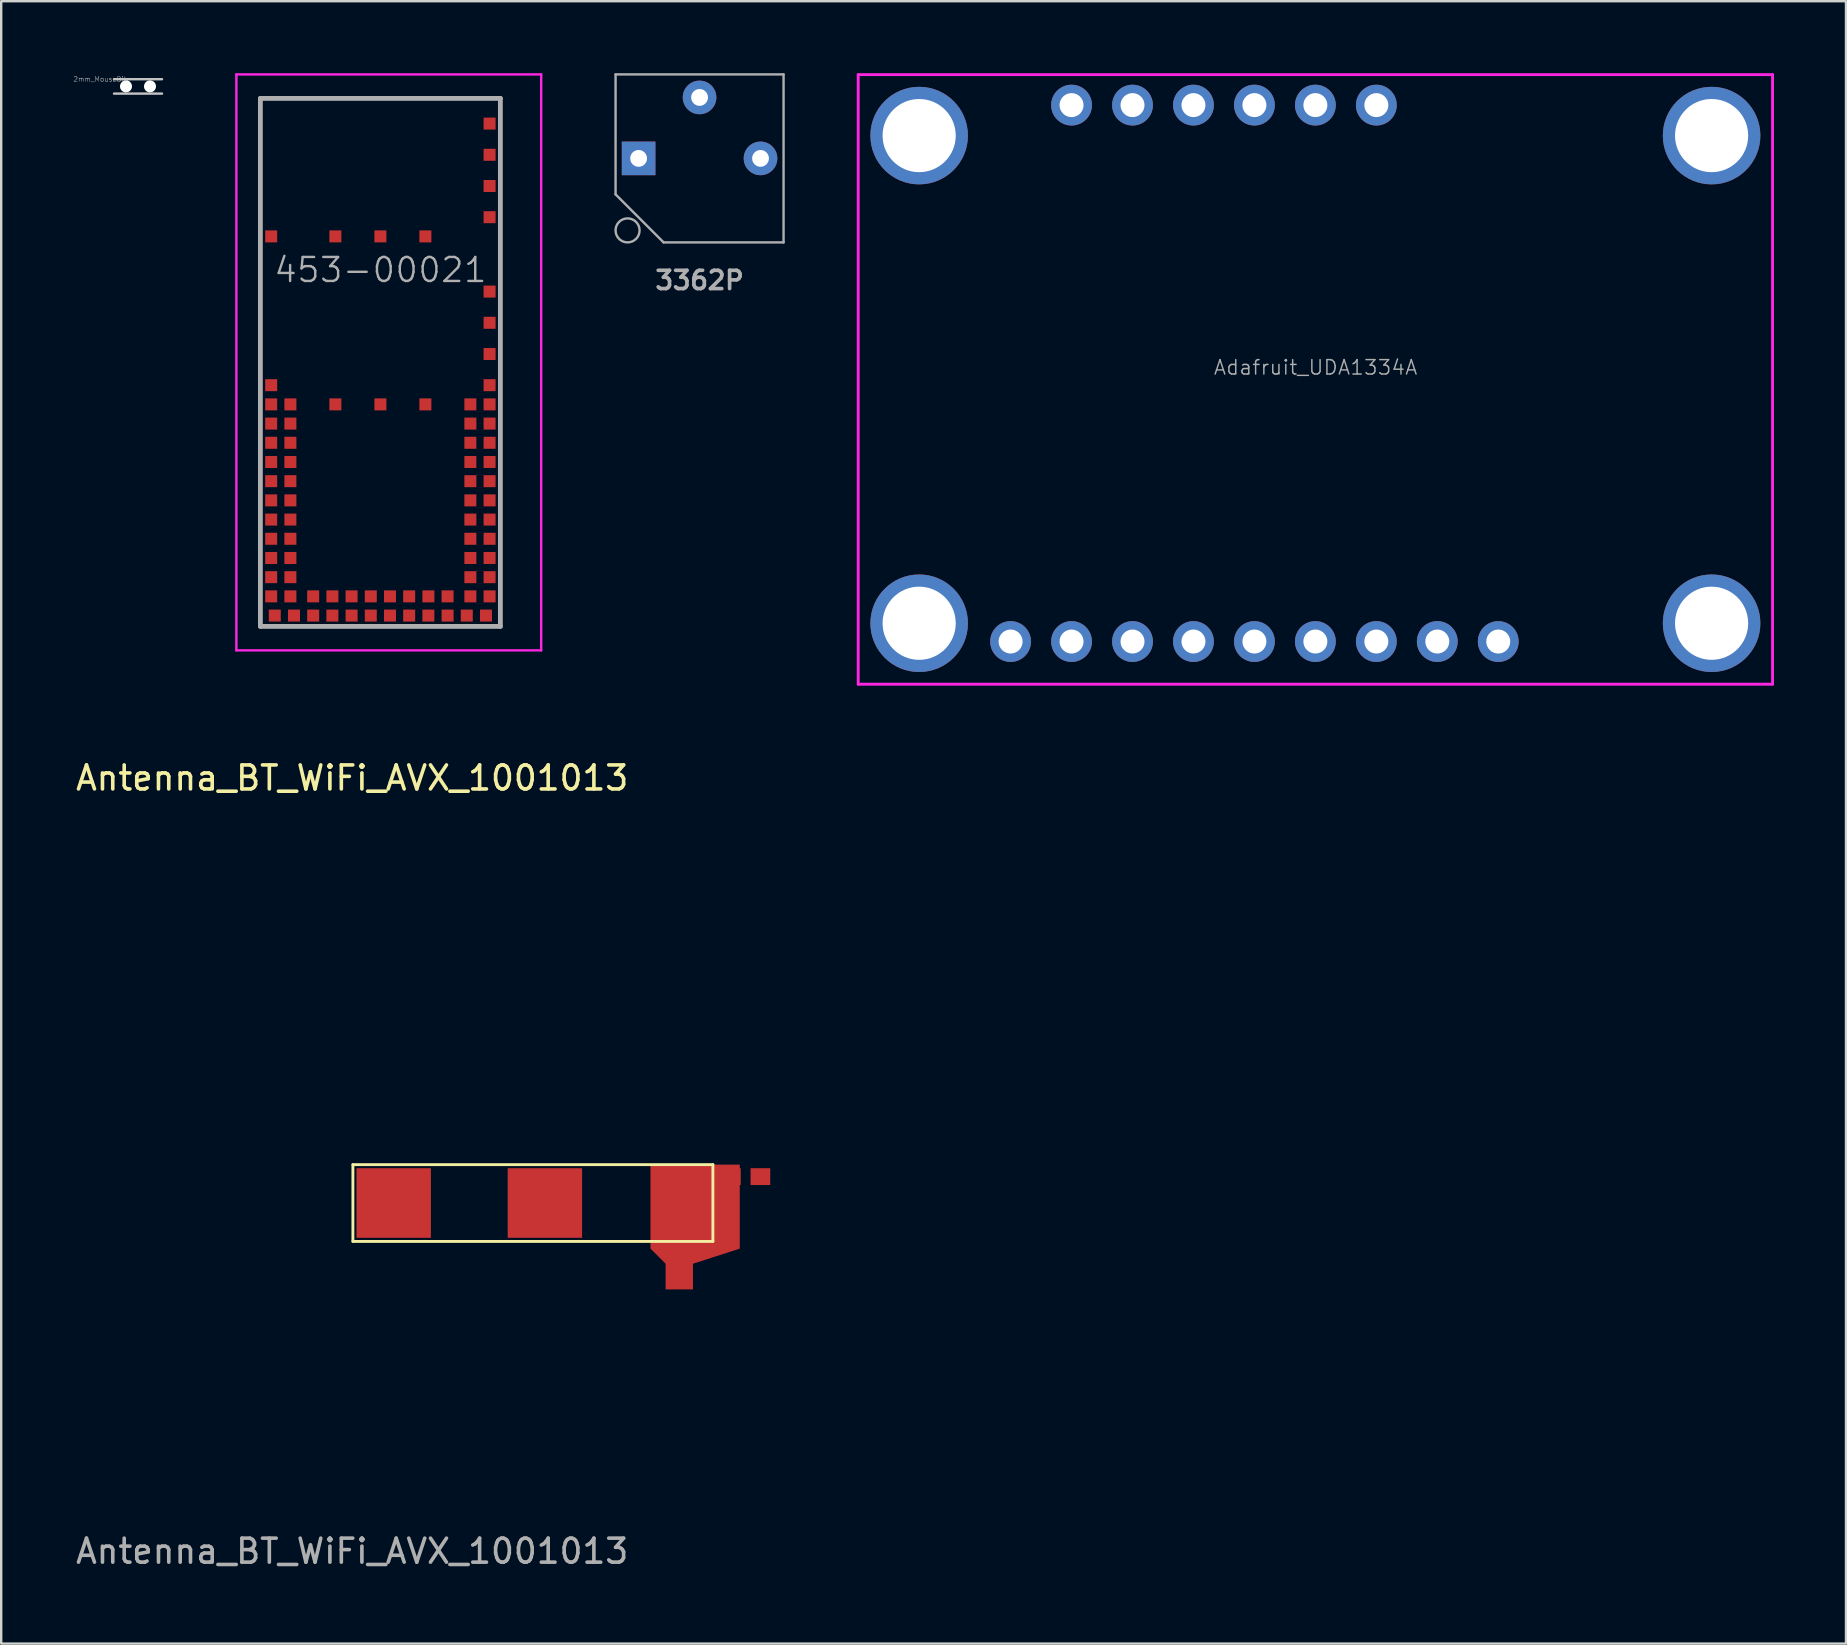
<source format=kicad_pcb>
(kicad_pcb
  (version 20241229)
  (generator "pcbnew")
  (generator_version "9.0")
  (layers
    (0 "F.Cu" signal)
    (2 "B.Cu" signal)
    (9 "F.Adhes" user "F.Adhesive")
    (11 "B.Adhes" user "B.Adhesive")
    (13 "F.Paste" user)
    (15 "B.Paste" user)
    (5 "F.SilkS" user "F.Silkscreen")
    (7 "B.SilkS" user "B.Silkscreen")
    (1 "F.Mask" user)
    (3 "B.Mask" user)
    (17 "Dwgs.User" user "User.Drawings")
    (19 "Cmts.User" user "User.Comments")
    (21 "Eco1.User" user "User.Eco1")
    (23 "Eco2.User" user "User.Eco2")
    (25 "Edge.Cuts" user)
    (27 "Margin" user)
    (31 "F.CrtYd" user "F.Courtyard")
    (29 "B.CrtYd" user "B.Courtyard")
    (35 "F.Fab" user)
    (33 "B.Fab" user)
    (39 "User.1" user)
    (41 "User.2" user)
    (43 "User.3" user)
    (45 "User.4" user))
  (footprint "Adafruit_UDA1334A"
    (layer "F.Cu")
    (at 51.76 12.76)
    (property "Reference" "Adafruit_UDA1334A" (at 0.01 -0.5 0) (unlocked yes) (layer "F.Fab") (effects (font (size 0.6 0.6) (thickness 0.06))))
    (attr through_hole)
    (fp_line (start -19.05 -12.7) (end -19.05 12.7) (stroke (width 0.12) (type solid)) (layer "F.CrtYd"))
    (fp_line (start -19.05 -12.7) (end 19.05 -12.7) (stroke (width 0.12) (type solid)) (layer "F.CrtYd"))
    (fp_line (start -19.05 12.7) (end 19.05 12.7) (stroke (width 0.12) (type solid)) (layer "F.CrtYd"))
    (fp_line (start 19.05 -12.7) (end 19.05 12.7) (stroke (width 0.12) (type solid)) (layer "F.CrtYd"))
    (pad "" thru_hole circle (at -16.51 -10.16) (size 4.064 4.064) (drill 3.048) (layers "*.Cu" "*.Mask"))
    (pad "" thru_hole circle (at -16.51 10.16) (size 4.064 4.064) (drill 3.048) (layers "*.Cu" "*.Mask"))
    (pad "" thru_hole circle (at 16.51 -10.16) (size 4.064 4.064) (drill 3.048) (layers "*.Cu" "*.Mask"))
    (pad "" thru_hole circle (at 16.51 10.16) (size 4.064 4.064) (drill 3.048) (layers "*.Cu" "*.Mask"))
    (pad "1" thru_hole oval (at -12.7 10.922) (size 1.7 1.7) (drill 1) (layers "*.Cu" "*.Mask"))
    (pad "2" thru_hole oval (at -10.16 10.922) (size 1.7 1.7) (drill 1) (layers "*.Cu" "*.Mask"))
    (pad "3" thru_hole oval (at -7.62 10.922) (size 1.7 1.7) (drill 1) (layers "*.Cu" "*.Mask"))
    (pad "4" thru_hole oval (at -5.08 10.922) (size 1.7 1.7) (drill 1) (layers "*.Cu" "*.Mask"))
    (pad "5" thru_hole oval (at -2.54 10.922) (size 1.7 1.7) (drill 1) (layers "*.Cu" "*.Mask"))
    (pad "6" thru_hole oval (at 0 10.922) (size 1.7 1.7) (drill 1) (layers "*.Cu" "*.Mask"))
    (pad "7" thru_hole oval (at 2.54 10.922) (size 1.7 1.7) (drill 1) (layers "*.Cu" "*.Mask"))
    (pad "8" thru_hole oval (at 5.08 10.922) (size 1.7 1.7) (drill 1) (layers "*.Cu" "*.Mask"))
    (pad "9" thru_hole oval (at 7.62 10.922) (size 1.7 1.7) (drill 1) (layers "*.Cu" "*.Mask"))
    (pad "10" thru_hole oval (at -10.16 -11.43) (size 1.7 1.7) (drill 1) (layers "*.Cu" "*.Mask"))
    (pad "11" thru_hole oval (at -7.62 -11.43) (size 1.7 1.7) (drill 1) (layers "*.Cu" "*.Mask"))
    (pad "12" thru_hole oval (at -5.08 -11.43) (size 1.7 1.7) (drill 1) (layers "*.Cu" "*.Mask"))
    (pad "13" thru_hole oval (at -2.54 -11.43) (size 1.7 1.7) (drill 1) (layers "*.Cu" "*.Mask"))
    (pad "14" thru_hole oval (at 0 -11.43) (size 1.7 1.7) (drill 1) (layers "*.Cu" "*.Mask"))
    (pad "15" thru_hole oval (at 2.54 -11.43) (size 1.7 1.7) (drill 1) (layers "*.Cu" "*.Mask")))
  (footprint "Antenna_BT_WiFi_AVX_1001013"
    (layer "F.Cu")
    (at 11.655 45.478)
    (property "Reference" "Antenna_BT_WiFi_AVX_1001013" (at -0.03 -16.11 0) (unlocked yes) (layer "F.SilkS") (effects (font (size 1 1) (thickness 0.15))))
    (attr smd)
    (fp_poly (pts (xy 16.12 0) (xy 16.12 3.5) (xy 14.17 4.13) (xy 14.17 5.2) (xy 13.03 5.2) (xy 13.03 4.13) (xy 12.4 3.5) (xy 12.4 0)) (stroke (width 0) (type solid)) (fill yes) (layer "F.Cu"))
    (fp_line (start 0 0) (end 0 3.2) (stroke (width 0.12) (type default)) (layer "F.SilkS"))
    (fp_line (start 0 3.2) (end 15 3.2) (stroke (width 0.12) (type default)) (layer "F.SilkS"))
    (fp_line (start 15 0) (end 0 0) (stroke (width 0.12) (type default)) (layer "F.SilkS"))
    (fp_line (start 15 3.2) (end 15 0) (stroke (width 0.12) (type default)) (layer "F.SilkS"))
    (fp_text user "${REFERENCE}" (at -0.03 16.11 0) (unlocked yes) (layer "F.Fab") (effects (font (size 1 1) (thickness 0.15))))
    (pad "1" smd rect (at 13.8 1.6) (size 2.1 2.9) (layers "F.Cu" "F.Mask" "F.Paste"))
    (pad "2" smd rect (at 8 1.6) (size 3.1 2.9) (layers "F.Cu" "F.Mask" "F.Paste"))
    (pad "3" smd rect (at 1.7 1.6) (size 3.1 2.9) (layers "F.Cu" "F.Mask" "F.Paste"))
    (pad "4" smd rect (at 15.75 0.5) (size 0.82 0.7) (layers "F.Cu" "F.Mask" "F.Paste"))
    (pad "5" smd rect (at 16.98 0.5) (size 0.82 0.7) (layers "F.Cu" "F.Mask" "F.Paste"))
    (zone (net_name "") (layer "F.Cu") (hatch edge 0.5) (connect_pads) (min_thickness 0.25) (filled_areas_thickness no) (keepout (tracks not_allowed) (vias not_allowed) (pads not_allowed) (copperpour not_allowed) (footprints allowed)) (placement (enabled no)) (fill) (polygon (pts (xy 9.325 45.478) (xy 9.325 50.678) (xy 24.055 50.678) (xy 24.055 45.478))))
    (zone (net_name "") (layer "F.Cu") (hatch edge 0.5) (connect_pads) (min_thickness 0.25) (filled_areas_thickness no) (keepout (tracks not_allowed) (vias not_allowed) (pads not_allowed) (copperpour not_allowed) (footprints allowed)) (placement (enabled no)) (fill) (polygon (pts (xy 24.055 50.678) (xy 24.685 50.678) (xy 24.685 49.608) (xy 24.055 48.978))))
    (zone (net_name "") (layer "F.Cu") (hatch edge 0.5) (connect_pads) (min_thickness 0.25) (filled_areas_thickness no) (keepout (tracks not_allowed) (vias not_allowed) (pads not_allowed) (copperpour not_allowed) (footprints allowed)) (placement (enabled no)) (fill) (polygon (pts (xy 25.825 50.678) (xy 26.275 50.678) (xy 26.275 49.938) (xy 28.225 49.278) (xy 28.225 45.478) (xy 27.775 45.478) (xy 27.775 48.978) (xy 25.825 49.608))))
    (zone (net_name "") (layer "In1.Cu") (hatch edge 0.5) (connect_pads) (min_thickness 0.25) (filled_areas_thickness no) (keepout (tracks not_allowed) (vias not_allowed) (pads not_allowed) (copperpour not_allowed) (footprints allowed)) (placement (enabled no)) (fill) (polygon (pts (xy 7.675 45.478) (xy 7.675 52.728) (xy 22.555 52.728) (xy 22.555 50.678) (xy 24.055 50.678) (xy 24.055 45.478)))))
  (footprint "453-00021"
    (layer "F.Cu")
    (at 12.8 9.1)
    (property "Reference" "453-00021" (at 0 -0.9 0) (layer "F.Fab") (effects (font (size 1 1) (thickness 0.1))))
    (attr smd)
    (fp_line (start -5 -8.05) (end 5 -8.05) (stroke (width 0.1) (type solid)) (layer "F.SilkS"))
    (fp_line (start -5 13.95) (end -5 -8.05) (stroke (width 0.1) (type solid)) (layer "F.SilkS"))
    (fp_line (start 5 -8.05) (end 5 13.95) (stroke (width 0.1) (type solid)) (layer "F.SilkS"))
    (fp_line (start 5 13.95) (end -5 13.95) (stroke (width 0.1) (type solid)) (layer "F.SilkS"))
    (fp_line (start -6 -9.05) (end 6.7 -9.05) (stroke (width 0.1) (type solid)) (layer "F.CrtYd"))
    (fp_line (start -6 14.95) (end -6 -9.05) (stroke (width 0.1) (type solid)) (layer "F.CrtYd"))
    (fp_line (start 6.7 -9.05) (end 6.7 14.95) (stroke (width 0.1) (type solid)) (layer "F.CrtYd"))
    (fp_line (start 6.7 14.95) (end -6 14.95) (stroke (width 0.1) (type solid)) (layer "F.CrtYd"))
    (fp_line (start -5 -8.05) (end 5 -8.05) (stroke (width 0.2) (type solid)) (layer "F.Fab"))
    (fp_line (start -5 13.95) (end -5 -8.05) (stroke (width 0.2) (type solid)) (layer "F.Fab"))
    (fp_line (start 5 -8.05) (end 5 13.95) (stroke (width 0.2) (type solid)) (layer "F.Fab"))
    (fp_line (start 5 13.95) (end -5 13.95) (stroke (width 0.2) (type solid)) (layer "F.Fab"))
    (pad "1" smd rect (at 4.55 4.7 90) (size 0.5 0.5) (layers "F.Cu" "F.Mask" "F.Paste"))
    (pad "2" smd rect (at 3.75 4.7 90) (size 0.5 0.5) (layers "F.Cu" "F.Mask" "F.Paste"))
    (pad "3" smd rect (at 4.55 5.5 90) (size 0.5 0.5) (layers "F.Cu" "F.Mask" "F.Paste"))
    (pad "4" smd rect (at 3.75 5.5 90) (size 0.5 0.5) (layers "F.Cu" "F.Mask" "F.Paste"))
    (pad "5" smd rect (at 4.55 6.3 90) (size 0.5 0.5) (layers "F.Cu" "F.Mask" "F.Paste"))
    (pad "6" smd rect (at 3.75 6.3 90) (size 0.5 0.5) (layers "F.Cu" "F.Mask" "F.Paste"))
    (pad "7" smd rect (at 4.55 7.1 90) (size 0.5 0.5) (layers "F.Cu" "F.Mask" "F.Paste"))
    (pad "8" smd rect (at 3.75 7.1 90) (size 0.5 0.5) (layers "F.Cu" "F.Mask" "F.Paste"))
    (pad "9" smd rect (at 4.55 7.9 90) (size 0.5 0.5) (layers "F.Cu" "F.Mask" "F.Paste"))
    (pad "10" smd rect (at 3.75 7.9 90) (size 0.5 0.5) (layers "F.Cu" "F.Mask" "F.Paste"))
    (pad "11" smd rect (at 4.55 8.7 90) (size 0.5 0.5) (layers "F.Cu" "F.Mask" "F.Paste"))
    (pad "12" smd rect (at 3.75 8.7 90) (size 0.5 0.5) (layers "F.Cu" "F.Mask" "F.Paste"))
    (pad "13" smd rect (at 4.55 9.5 90) (size 0.5 0.5) (layers "F.Cu" "F.Mask" "F.Paste"))
    (pad "14" smd rect (at 3.75 9.5 90) (size 0.5 0.5) (layers "F.Cu" "F.Mask" "F.Paste"))
    (pad "15" smd rect (at 4.55 10.3 90) (size 0.5 0.5) (layers "F.Cu" "F.Mask" "F.Paste"))
    (pad "16" smd rect (at 3.75 10.3 90) (size 0.5 0.5) (layers "F.Cu" "F.Mask" "F.Paste"))
    (pad "17" smd rect (at 4.55 11.1 90) (size 0.5 0.5) (layers "F.Cu" "F.Mask" "F.Paste"))
    (pad "18" smd rect (at 3.75 11.1 90) (size 0.5 0.5) (layers "F.Cu" "F.Mask" "F.Paste"))
    (pad "19" smd rect (at 4.55 11.9 90) (size 0.5 0.5) (layers "F.Cu" "F.Mask" "F.Paste"))
    (pad "20" smd rect (at 3.75 11.9 90) (size 0.5 0.5) (layers "F.Cu" "F.Mask" "F.Paste"))
    (pad "21" smd rect (at 4.55 12.7 90) (size 0.5 0.5) (layers "F.Cu" "F.Mask" "F.Paste"))
    (pad "22" smd rect (at 3.75 12.7 90) (size 0.5 0.5) (layers "F.Cu" "F.Mask" "F.Paste"))
    (pad "23" smd rect (at 4.4 13.5 90) (size 0.5 0.5) (layers "F.Cu" "F.Mask" "F.Paste"))
    (pad "24" smd rect (at 3.6 13.5 90) (size 0.5 0.5) (layers "F.Cu" "F.Mask" "F.Paste"))
    (pad "25" smd rect (at 2.8 13.5 90) (size 0.5 0.5) (layers "F.Cu" "F.Mask" "F.Paste"))
    (pad "26" smd rect (at 2.8 12.7 90) (size 0.5 0.5) (layers "F.Cu" "F.Mask" "F.Paste"))
    (pad "27" smd rect (at 2 13.5 90) (size 0.5 0.5) (layers "F.Cu" "F.Mask" "F.Paste"))
    (pad "28" smd rect (at 2 12.7 90) (size 0.5 0.5) (layers "F.Cu" "F.Mask" "F.Paste"))
    (pad "29" smd rect (at 1.2 13.5 90) (size 0.5 0.5) (layers "F.Cu" "F.Mask" "F.Paste"))
    (pad "30" smd rect (at 1.2 12.7 90) (size 0.5 0.5) (layers "F.Cu" "F.Mask" "F.Paste"))
    (pad "31" smd rect (at 0.4 13.5 90) (size 0.5 0.5) (layers "F.Cu" "F.Mask" "F.Paste"))
    (pad "32" smd rect (at 0.4 12.7 90) (size 0.5 0.5) (layers "F.Cu" "F.Mask" "F.Paste"))
    (pad "33" smd rect (at -0.4 13.5 90) (size 0.5 0.5) (layers "F.Cu" "F.Mask" "F.Paste"))
    (pad "34" smd rect (at -0.4 12.7 90) (size 0.5 0.5) (layers "F.Cu" "F.Mask" "F.Paste"))
    (pad "35" smd rect (at -1.2 13.5 90) (size 0.5 0.5) (layers "F.Cu" "F.Mask" "F.Paste"))
    (pad "36" smd rect (at -1.2 12.7 90) (size 0.5 0.5) (layers "F.Cu" "F.Mask" "F.Paste"))
    (pad "37" smd rect (at -2 13.5 90) (size 0.5 0.5) (layers "F.Cu" "F.Mask" "F.Paste"))
    (pad "38" smd rect (at -2 12.7 90) (size 0.5 0.5) (layers "F.Cu" "F.Mask" "F.Paste"))
    (pad "39" smd rect (at -2.8 13.5 90) (size 0.5 0.5) (layers "F.Cu" "F.Mask" "F.Paste"))
    (pad "40" smd rect (at -2.8 12.7 90) (size 0.5 0.5) (layers "F.Cu" "F.Mask" "F.Paste"))
    (pad "41" smd rect (at -3.6 13.5 90) (size 0.5 0.5) (layers "F.Cu" "F.Mask" "F.Paste"))
    (pad "42" smd rect (at -4.4 13.5 90) (size 0.5 0.5) (layers "F.Cu" "F.Mask" "F.Paste"))
    (pad "43" smd rect (at -4.55 12.7 90) (size 0.5 0.5) (layers "F.Cu" "F.Mask" "F.Paste"))
    (pad "44" smd rect (at -3.75 12.7 90) (size 0.5 0.5) (layers "F.Cu" "F.Mask" "F.Paste"))
    (pad "45" smd rect (at -4.55 11.9 90) (size 0.5 0.5) (layers "F.Cu" "F.Mask" "F.Paste"))
    (pad "46" smd rect (at -3.75 11.9 90) (size 0.5 0.5) (layers "F.Cu" "F.Mask" "F.Paste"))
    (pad "47" smd rect (at -4.55 11.1 90) (size 0.5 0.5) (layers "F.Cu" "F.Mask" "F.Paste"))
    (pad "48" smd rect (at -3.75 11.1 90) (size 0.5 0.5) (layers "F.Cu" "F.Mask" "F.Paste"))
    (pad "49" smd rect (at -4.55 10.3 90) (size 0.5 0.5) (layers "F.Cu" "F.Mask" "F.Paste"))
    (pad "50" smd rect (at -3.75 10.3 90) (size 0.5 0.5) (layers "F.Cu" "F.Mask" "F.Paste"))
    (pad "51" smd rect (at -4.55 9.5 90) (size 0.5 0.5) (layers "F.Cu" "F.Mask" "F.Paste"))
    (pad "52" smd rect (at -3.75 9.5 90) (size 0.5 0.5) (layers "F.Cu" "F.Mask" "F.Paste"))
    (pad "53" smd rect (at -4.55 8.7 90) (size 0.5 0.5) (layers "F.Cu" "F.Mask" "F.Paste"))
    (pad "54" smd rect (at -3.75 8.7 90) (size 0.5 0.5) (layers "F.Cu" "F.Mask" "F.Paste"))
    (pad "55" smd rect (at -4.55 7.9 90) (size 0.5 0.5) (layers "F.Cu" "F.Mask" "F.Paste"))
    (pad "56" smd rect (at -3.75 7.9 90) (size 0.5 0.5) (layers "F.Cu" "F.Mask" "F.Paste"))
    (pad "57" smd rect (at -4.55 7.1 90) (size 0.5 0.5) (layers "F.Cu" "F.Mask" "F.Paste"))
    (pad "58" smd rect (at -3.75 7.1 90) (size 0.5 0.5) (layers "F.Cu" "F.Mask" "F.Paste"))
    (pad "59" smd rect (at -4.55 6.3 90) (size 0.5 0.5) (layers "F.Cu" "F.Mask" "F.Paste"))
    (pad "60" smd rect (at -3.75 6.3 90) (size 0.5 0.5) (layers "F.Cu" "F.Mask" "F.Paste"))
    (pad "61" smd rect (at -4.55 5.5 90) (size 0.5 0.5) (layers "F.Cu" "F.Mask" "F.Paste"))
    (pad "62" smd rect (at -3.75 5.5 90) (size 0.5 0.5) (layers "F.Cu" "F.Mask" "F.Paste"))
    (pad "63" smd rect (at -4.55 4.7 90) (size 0.5 0.5) (layers "F.Cu" "F.Mask" "F.Paste"))
    (pad "64" smd rect (at -3.75 4.7 90) (size 0.5 0.5) (layers "F.Cu" "F.Mask" "F.Paste"))
    (pad "65" smd rect (at -4.55 3.9 90) (size 0.5 0.5) (layers "F.Cu" "F.Mask" "F.Paste"))
    (pad "66" smd rect (at 4.55 2.6 90) (size 0.5 0.5) (layers "F.Cu" "F.Mask" "F.Paste"))
    (pad "67" smd rect (at 4.55 1.3 90) (size 0.5 0.5) (layers "F.Cu" "F.Mask" "F.Paste"))
    (pad "68" smd rect (at 4.55 0 90) (size 0.5 0.5) (layers "F.Cu" "F.Mask" "F.Paste"))
    (pad "69" smd rect (at -1.875 4.7 90) (size 0.5 0.5) (layers "F.Cu" "F.Mask" "F.Paste"))
    (pad "70" smd rect (at 0 4.7 90) (size 0.5 0.5) (layers "F.Cu" "F.Mask" "F.Paste"))
    (pad "71" smd rect (at 1.875 4.7 90) (size 0.5 0.5) (layers "F.Cu" "F.Mask" "F.Paste"))
    (pad "72" smd rect (at 4.55 -3.1 90) (size 0.5 0.5) (layers "F.Cu" "F.Mask" "F.Paste"))
    (pad "73" smd rect (at 4.55 -4.4 90) (size 0.5 0.5) (layers "F.Cu" "F.Mask" "F.Paste"))
    (pad "74" smd rect (at 4.55 -5.7 90) (size 0.5 0.5) (layers "F.Cu" "F.Mask" "F.Paste"))
    (pad "75" smd rect (at 4.55 -7 90) (size 0.5 0.5) (layers "F.Cu" "F.Mask" "F.Paste"))
    (pad "76" smd rect (at -1.875 -2.3 90) (size 0.5 0.5) (layers "F.Cu" "F.Mask" "F.Paste"))
    (pad "77" smd rect (at 1.875 -2.3 90) (size 0.5 0.5) (layers "F.Cu" "F.Mask" "F.Paste"))
    (pad "78" smd rect (at 0 -2.3 90) (size 0.5 0.5) (layers "F.Cu" "F.Mask" "F.Paste"))
    (pad "79" smd rect (at -4.55 -2.3 90) (size 0.5 0.5) (layers "F.Cu" "F.Mask" "F.Paste"))
    (pad "80" smd rect (at 4.55 3.9 90) (size 0.5 0.5) (layers "F.Cu" "F.Mask" "F.Paste")))
  (footprint "3362P"
    (layer "F.Cu")
    (at 26.1 3.55)
    (property "Reference" "3362P" (at 0 5.08 0) (layer "F.Fab") (effects (font (size 0.762 0.762) (thickness 0.152))))
    (attr through_hole)
    (fp_line (start -3.5 -3.5) (end 3.5 -3.5) (stroke (width 0.1) (type solid)) (layer "F.Fab"))
    (fp_line (start -3.5 1.5) (end -3.5 -3.5) (stroke (width 0.1) (type solid)) (layer "F.Fab"))
    (fp_line (start -3.5 1.5) (end -1.5 3.5) (stroke (width 0.1) (type solid)) (layer "F.Fab"))
    (fp_line (start -1.5 3.5) (end 3.5 3.5) (stroke (width 0.1) (type solid)) (layer "F.Fab"))
    (fp_line (start 3.5 -3.5) (end 3.5 3.5) (stroke (width 0.1) (type solid)) (layer "F.Fab"))
    (fp_circle (center -3 3) (end -3 3.5) (stroke (width 0.1) (type solid)) (fill no) (layer "F.Fab"))
    (pad "1" thru_hole rect (at -2.54 0) (size 1.4 1.4) (drill 0.7) (layers "*.Cu" "*.Mask"))
    (pad "2" thru_hole circle (at 0 -2.54) (size 1.4 1.4) (drill 0.7) (layers "*.Cu" "*.Mask"))
    (pad "3" thru_hole circle (at 2.54 0) (size 1.4 1.4) (drill 0.7) (layers "*.Cu" "*.Mask")))
  (footprint "2mm_MouseBite"
    (layer "F.Cu")
    (at 1.7 0.25)
    (property "Reference" "2mm_MouseBite" (at -0.5 0 0) (unlocked yes) (layer "F.Fab") (effects (font (size 0.2 0.2) (thickness 0.02))))
    (attr board_only exclude_from_pos_files exclude_from_bom)
    (fp_line (start 0 0) (end 2 0) (stroke (width 0.1) (type solid)) (layer "Dwgs.User"))
    (fp_line (start 0 0.6) (end 2 0.6) (stroke (width 0.1) (type solid)) (layer "Dwgs.User"))
    (pad "" np_thru_hole circle (at 0.5 0.3) (size 0.5 0.5) (drill 0.5) (layers "*.Cu" "*.Mask"))
    (pad "" np_thru_hole circle (at 1.5 0.3) (size 0.5 0.5) (drill 0.5) (layers "*.Cu" "*.Mask")))
  (gr_rect
    (start -3 -3)
    (end 73.87 65.436)
    (stroke (width 0.1) (type default))
    (fill no)
    (layer "Edge.Cuts")))
</source>
